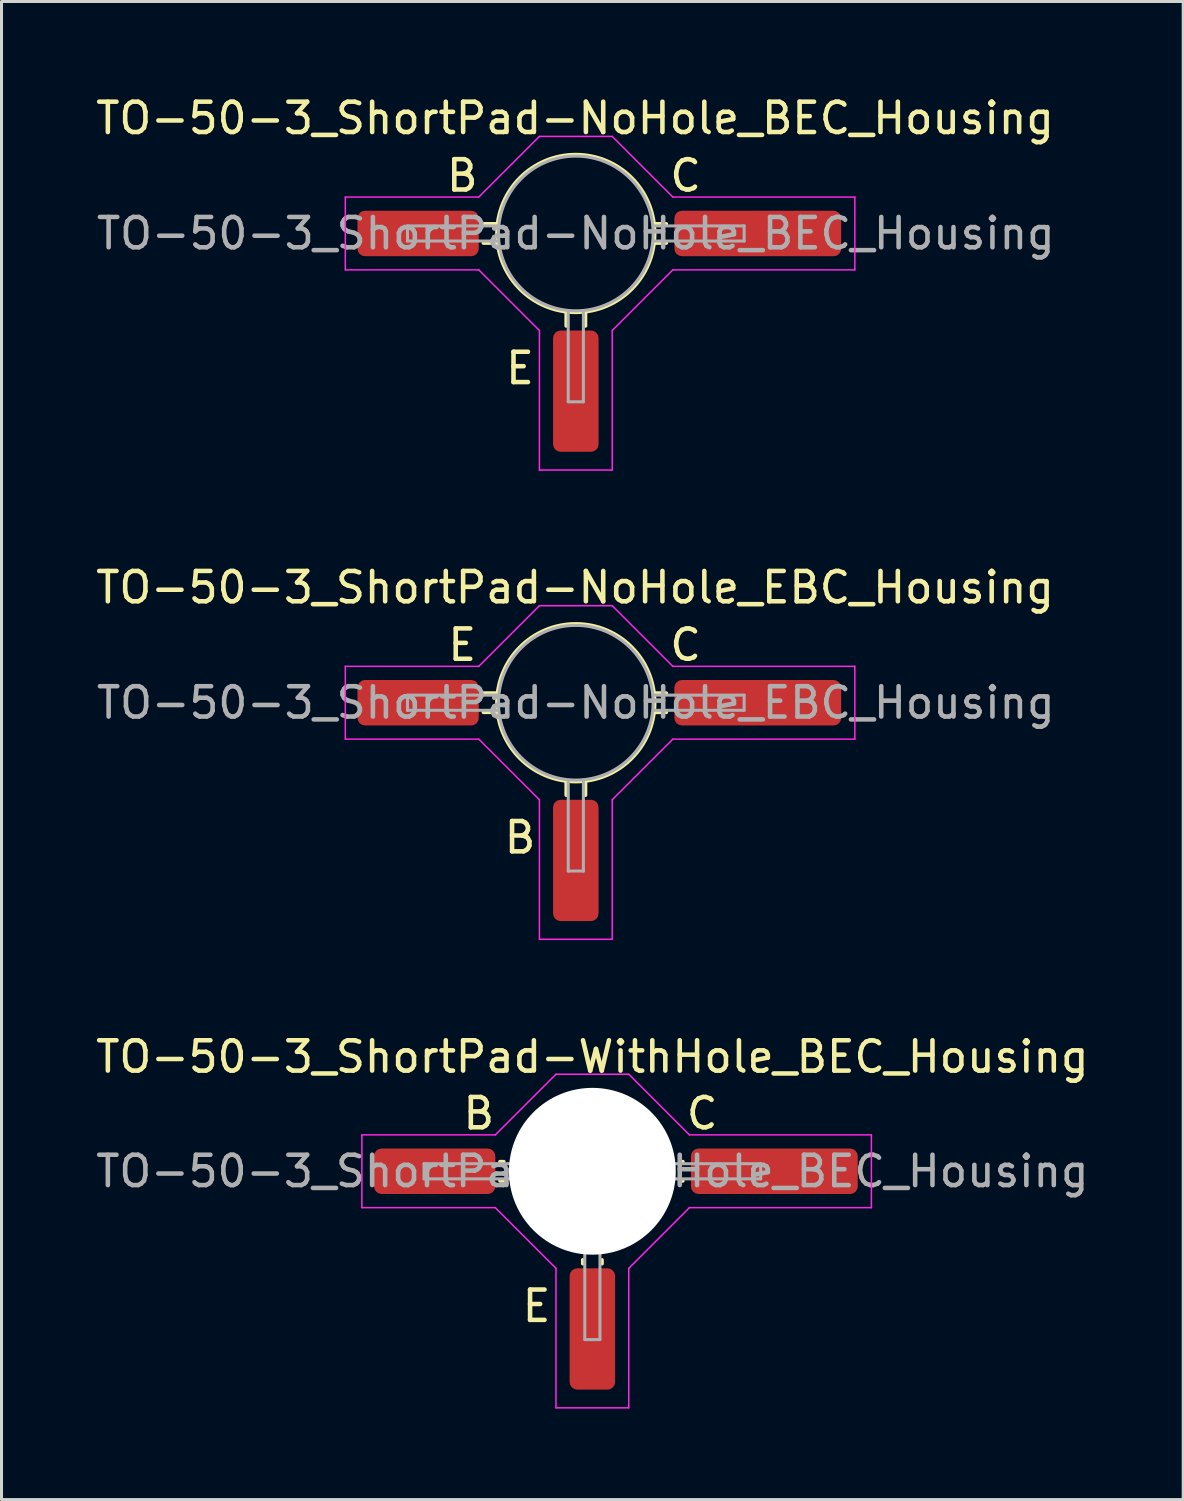
<source format=kicad_pcb>
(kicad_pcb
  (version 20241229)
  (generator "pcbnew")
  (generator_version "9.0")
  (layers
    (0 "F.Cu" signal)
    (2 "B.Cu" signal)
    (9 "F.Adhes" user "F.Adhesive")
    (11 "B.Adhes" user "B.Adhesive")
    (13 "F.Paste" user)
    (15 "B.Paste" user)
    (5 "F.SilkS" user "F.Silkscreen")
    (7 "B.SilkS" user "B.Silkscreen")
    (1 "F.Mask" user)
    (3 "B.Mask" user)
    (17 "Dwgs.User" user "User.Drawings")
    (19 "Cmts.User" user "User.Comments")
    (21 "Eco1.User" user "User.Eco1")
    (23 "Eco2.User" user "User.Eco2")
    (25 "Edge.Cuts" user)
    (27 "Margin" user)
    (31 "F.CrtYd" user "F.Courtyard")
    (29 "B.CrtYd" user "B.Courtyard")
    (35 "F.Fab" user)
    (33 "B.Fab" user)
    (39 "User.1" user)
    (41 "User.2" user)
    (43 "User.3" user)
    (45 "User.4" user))
  (footprint "TO-50-3_ShortPad-WithHole_BEC_Housing"
    (layer "F.Cu")
    (at 16.882 38.17)
    (property "Reference" "TO-50-3_ShortPad-WithHole_BEC_Housing" (at -0.4 -6.375 0) (layer "F.SilkS") (effects (font (size 1 1) (thickness 0.15))))
    (attr smd)
    (fp_line (start -3.321 -2.917) (end -3.446 -2.917) (stroke (width 0.12) (type solid)) (layer "F.SilkS"))
    (fp_line (start -3.321 -2.283) (end -3.446 -2.283) (stroke (width 0.12) (type solid)) (layer "F.SilkS"))
    (fp_line (start -0.718 0.321) (end -0.716 0.448) (stroke (width 0.12) (type solid)) (layer "F.SilkS"))
    (fp_line (start -0.083 0.321) (end -0.081 0.448) (stroke (width 0.12) (type solid)) (layer "F.SilkS"))
    (fp_line (start 2.521 -2.917) (end 2.584 -2.917) (stroke (width 0.12) (type solid)) (layer "F.SilkS"))
    (fp_line (start 2.521 -2.283) (end 2.584 -2.283) (stroke (width 0.12) (type solid)) (layer "F.SilkS"))
    (fp_line (start -8 -1.4) (end -8 -3.8) (stroke (width 0.05) (type solid)) (layer "F.CrtYd"))
    (fp_line (start -8 -1.4) (end -3.6 -1.4) (stroke (width 0.05) (type solid)) (layer "F.CrtYd"))
    (fp_line (start -3.6 -3.8) (end -8 -3.8) (stroke (width 0.05) (type solid)) (layer "F.CrtYd"))
    (fp_line (start -3.6 -3.8) (end -1.6 -5.8) (stroke (width 0.05) (type solid)) (layer "F.CrtYd"))
    (fp_line (start -1.6 -5.8) (end 0.8 -5.8) (stroke (width 0.05) (type solid)) (layer "F.CrtYd"))
    (fp_line (start -1.6 0.6) (end -3.6 -1.4) (stroke (width 0.05) (type solid)) (layer "F.CrtYd"))
    (fp_line (start -1.6 5.2) (end -1.6 0.6) (stroke (width 0.05) (type solid)) (layer "F.CrtYd"))
    (fp_line (start 0.8 -5.8) (end 2.8 -3.8) (stroke (width 0.05) (type solid)) (layer "F.CrtYd"))
    (fp_line (start 0.8 0.6) (end 0.8 5.2) (stroke (width 0.05) (type solid)) (layer "F.CrtYd"))
    (fp_line (start 0.8 5.2) (end -1.6 5.2) (stroke (width 0.05) (type solid)) (layer "F.CrtYd"))
    (fp_line (start 2.8 -3.8) (end 8.8 -3.8) (stroke (width 0.05) (type solid)) (layer "F.CrtYd"))
    (fp_line (start 2.8 -1.4) (end 0.8 0.6) (stroke (width 0.05) (type solid)) (layer "F.CrtYd"))
    (fp_line (start 8.8 -3.8) (end 8.8 -1.4) (stroke (width 0.05) (type solid)) (layer "F.CrtYd"))
    (fp_line (start 8.8 -1.4) (end 2.8 -1.4) (stroke (width 0.05) (type solid)) (layer "F.CrtYd"))
    (fp_line (start -5.95 -2.85) (end -5.95 -2.35) (stroke (width 0.1) (type solid)) (layer "F.Fab"))
    (fp_line (start -5.95 -2.35) (end -2.95 -2.35) (stroke (width 0.1) (type solid)) (layer "F.Fab"))
    (fp_line (start -2.95 -2.85) (end -5.95 -2.85) (stroke (width 0.1) (type solid)) (layer "F.Fab"))
    (fp_line (start -0.65 -0.05) (end -0.65 2.95) (stroke (width 0.1) (type solid)) (layer "F.Fab"))
    (fp_line (start -0.65 2.95) (end -0.15 2.95) (stroke (width 0.1) (type solid)) (layer "F.Fab"))
    (fp_line (start -0.15 2.95) (end -0.15 -0.05) (stroke (width 0.1) (type solid)) (layer "F.Fab"))
    (fp_line (start 2.15 -2.35) (end 5.15 -2.35) (stroke (width 0.1) (type solid)) (layer "F.Fab"))
    (fp_line (start 5.15 -2.85) (end 2.15 -2.85) (stroke (width 0.1) (type solid)) (layer "F.Fab"))
    (fp_line (start 5.15 -2.35) (end 5.15 -2.85) (stroke (width 0.1) (type solid)) (layer "F.Fab"))
    (fp_circle (center -0.4 -2.6) (end -0.35 -5.15) (stroke (width 0.1) (type solid)) (fill no) (layer "F.Fab"))
    (fp_text user "E" (at -2.24 1.845 0) (layer "F.SilkS") (effects (font (size 1 1) (thickness 0.15))))
    (fp_text user "C" (at 3.22 -4.505 0) (layer "F.SilkS") (effects (font (size 1 1) (thickness 0.15))))
    (fp_text user "B" (at -4.145 -4.505 0) (layer "F.SilkS") (effects (font (size 1 1) (thickness 0.15))))
    (fp_text user "${REFERENCE}" (at -0.4 -2.6 0) (layer "F.Fab") (effects (font (size 1 1) (thickness 0.15))))
    (pad "" np_thru_hole circle (at -0.4 -2.6 270) (size 5.5 5.5) (drill 5.5) (layers "*.Cu" "*.Mask"))
    (pad "1" smd roundrect (at -5.6 -2.6 270) (size 1.5 4) (layers "F.Cu" "F.Mask" "F.Paste") (roundrect_rratio 0.167))
    (pad "2" smd roundrect (at -0.4 2.6 270) (size 4 1.5) (layers "F.Cu" "F.Mask" "F.Paste") (roundrect_rratio 0.167))
    (pad "3" smd roundrect (at 5.6 -2.6 270) (size 1.5 5.5) (layers "F.Cu" "F.Mask" "F.Paste") (roundrect_rratio 0.167)))
  (footprint "TO-50-3_ShortPad-NoHole_EBC_Housing"
    (layer "F.Cu")
    (at 16.336 22.721)
    (property "Reference" "TO-50-3_ShortPad-NoHole_EBC_Housing" (at -0.425 -6.4 0) (layer "F.SilkS") (effects (font (size 1 1) (thickness 0.15))))
    (attr smd)
    (fp_line (start -3.002 -2.917) (end -3.446 -2.917) (stroke (width 0.12) (type solid)) (layer "F.SilkS"))
    (fp_line (start -3.002 -2.283) (end -3.446 -2.283) (stroke (width 0.12) (type solid)) (layer "F.SilkS"))
    (fp_line (start -0.716 0.004) (end -0.716 0.448) (stroke (width 0.12) (type solid)) (layer "F.SilkS"))
    (fp_line (start -0.081 0.004) (end -0.081 0.448) (stroke (width 0.12) (type solid)) (layer "F.SilkS"))
    (fp_line (start 2.204 -2.917) (end 2.584 -2.917) (stroke (width 0.12) (type solid)) (layer "F.SilkS"))
    (fp_line (start 2.204 -2.283) (end 2.584 -2.283) (stroke (width 0.12) (type solid)) (layer "F.SilkS"))
    (fp_circle (center -0.4 -2.6) (end -0.4 -5.2) (stroke (width 0.12) (type solid)) (fill no) (layer "F.SilkS"))
    (fp_line (start -8 -1.4) (end -8 -3.8) (stroke (width 0.05) (type solid)) (layer "F.CrtYd"))
    (fp_line (start -8 -1.4) (end -3.6 -1.4) (stroke (width 0.05) (type solid)) (layer "F.CrtYd"))
    (fp_line (start -3.6 -3.8) (end -8 -3.8) (stroke (width 0.05) (type solid)) (layer "F.CrtYd"))
    (fp_line (start -3.6 -3.8) (end -1.6 -5.8) (stroke (width 0.05) (type solid)) (layer "F.CrtYd"))
    (fp_line (start -1.6 -5.8) (end 0.8 -5.8) (stroke (width 0.05) (type solid)) (layer "F.CrtYd"))
    (fp_line (start -1.6 0.6) (end -3.6 -1.4) (stroke (width 0.05) (type solid)) (layer "F.CrtYd"))
    (fp_line (start -1.6 5.2) (end -1.6 0.6) (stroke (width 0.05) (type solid)) (layer "F.CrtYd"))
    (fp_line (start 0.8 -5.8) (end 2.8 -3.8) (stroke (width 0.05) (type solid)) (layer "F.CrtYd"))
    (fp_line (start 0.8 0.6) (end 0.8 5.2) (stroke (width 0.05) (type solid)) (layer "F.CrtYd"))
    (fp_line (start 0.8 5.2) (end -1.6 5.2) (stroke (width 0.05) (type solid)) (layer "F.CrtYd"))
    (fp_line (start 2.8 -3.8) (end 8.8 -3.8) (stroke (width 0.05) (type solid)) (layer "F.CrtYd"))
    (fp_line (start 2.8 -1.4) (end 0.8 0.6) (stroke (width 0.05) (type solid)) (layer "F.CrtYd"))
    (fp_line (start 8.8 -3.8) (end 8.8 -1.4) (stroke (width 0.05) (type solid)) (layer "F.CrtYd"))
    (fp_line (start 8.8 -1.4) (end 2.8 -1.4) (stroke (width 0.05) (type solid)) (layer "F.CrtYd"))
    (fp_line (start -5.95 -2.85) (end -5.95 -2.35) (stroke (width 0.1) (type solid)) (layer "F.Fab"))
    (fp_line (start -5.95 -2.35) (end -2.95 -2.35) (stroke (width 0.1) (type solid)) (layer "F.Fab"))
    (fp_line (start -2.95 -2.85) (end -5.95 -2.85) (stroke (width 0.1) (type solid)) (layer "F.Fab"))
    (fp_line (start -0.65 -0.05) (end -0.65 2.95) (stroke (width 0.1) (type solid)) (layer "F.Fab"))
    (fp_line (start -0.65 2.95) (end -0.15 2.95) (stroke (width 0.1) (type solid)) (layer "F.Fab"))
    (fp_line (start -0.15 2.95) (end -0.15 -0.05) (stroke (width 0.1) (type solid)) (layer "F.Fab"))
    (fp_line (start 2.15 -2.35) (end 5.15 -2.35) (stroke (width 0.1) (type solid)) (layer "F.Fab"))
    (fp_line (start 5.15 -2.85) (end 2.15 -2.85) (stroke (width 0.1) (type solid)) (layer "F.Fab"))
    (fp_line (start 5.15 -2.35) (end 5.15 -2.85) (stroke (width 0.1) (type solid)) (layer "F.Fab"))
    (fp_circle (center -0.4 -2.6) (end -0.35 -5.15) (stroke (width 0.1) (type solid)) (fill no) (layer "F.Fab"))
    (fp_text user "E" (at -4.145 -4.505 0) (layer "F.SilkS") (effects (font (size 1 1) (thickness 0.15))))
    (fp_text user "C" (at 3.22 -4.505 0) (layer "F.SilkS") (effects (font (size 1 1) (thickness 0.15))))
    (fp_text user "B" (at -2.24 1.845 0) (layer "F.SilkS") (effects (font (size 1 1) (thickness 0.15))))
    (fp_text user "${REFERENCE}" (at -0.4 -2.6 0) (layer "F.Fab") (effects (font (size 1 1) (thickness 0.15))))
    (pad "1" smd roundrect (at -5.6 -2.6 270) (size 1.5 4) (layers "F.Cu" "F.Mask" "F.Paste") (roundrect_rratio 0.167))
    (pad "2" smd roundrect (at -0.4 2.6 270) (size 4 1.5) (layers "F.Cu" "F.Mask" "F.Paste") (roundrect_rratio 0.167))
    (pad "3" smd roundrect (at 5.6 -2.6 270) (size 1.5 5.5) (layers "F.Cu" "F.Mask" "F.Paste") (roundrect_rratio 0.167)))
  (footprint "TO-50-3_ShortPad-NoHole_BEC_Housing"
    (layer "F.Cu")
    (at 16.336 7.248)
    (property "Reference" "TO-50-3_ShortPad-NoHole_BEC_Housing" (at -0.425 -6.4 0) (layer "F.SilkS") (effects (font (size 1 1) (thickness 0.15))))
    (attr smd)
    (fp_line (start -3.002 -2.917) (end -3.446 -2.917) (stroke (width 0.12) (type solid)) (layer "F.SilkS"))
    (fp_line (start -3.002 -2.283) (end -3.446 -2.283) (stroke (width 0.12) (type solid)) (layer "F.SilkS"))
    (fp_line (start -0.716 0.004) (end -0.716 0.448) (stroke (width 0.12) (type solid)) (layer "F.SilkS"))
    (fp_line (start -0.081 0.004) (end -0.081 0.448) (stroke (width 0.12) (type solid)) (layer "F.SilkS"))
    (fp_line (start 2.204 -2.917) (end 2.584 -2.917) (stroke (width 0.12) (type solid)) (layer "F.SilkS"))
    (fp_line (start 2.204 -2.283) (end 2.584 -2.283) (stroke (width 0.12) (type solid)) (layer "F.SilkS"))
    (fp_circle (center -0.4 -2.6) (end -0.4 -5.2) (stroke (width 0.12) (type solid)) (fill no) (layer "F.SilkS"))
    (fp_line (start -8 -1.4) (end -8 -3.8) (stroke (width 0.05) (type solid)) (layer "F.CrtYd"))
    (fp_line (start -8 -1.4) (end -3.6 -1.4) (stroke (width 0.05) (type solid)) (layer "F.CrtYd"))
    (fp_line (start -3.6 -3.8) (end -8 -3.8) (stroke (width 0.05) (type solid)) (layer "F.CrtYd"))
    (fp_line (start -3.6 -3.8) (end -1.6 -5.8) (stroke (width 0.05) (type solid)) (layer "F.CrtYd"))
    (fp_line (start -1.6 -5.8) (end 0.8 -5.8) (stroke (width 0.05) (type solid)) (layer "F.CrtYd"))
    (fp_line (start -1.6 0.6) (end -3.6 -1.4) (stroke (width 0.05) (type solid)) (layer "F.CrtYd"))
    (fp_line (start -1.6 5.2) (end -1.6 0.6) (stroke (width 0.05) (type solid)) (layer "F.CrtYd"))
    (fp_line (start 0.8 -5.8) (end 2.8 -3.8) (stroke (width 0.05) (type solid)) (layer "F.CrtYd"))
    (fp_line (start 0.8 0.6) (end 0.8 5.2) (stroke (width 0.05) (type solid)) (layer "F.CrtYd"))
    (fp_line (start 0.8 5.2) (end -1.6 5.2) (stroke (width 0.05) (type solid)) (layer "F.CrtYd"))
    (fp_line (start 2.8 -3.8) (end 8.8 -3.8) (stroke (width 0.05) (type solid)) (layer "F.CrtYd"))
    (fp_line (start 2.8 -1.4) (end 0.8 0.6) (stroke (width 0.05) (type solid)) (layer "F.CrtYd"))
    (fp_line (start 8.8 -3.8) (end 8.8 -1.4) (stroke (width 0.05) (type solid)) (layer "F.CrtYd"))
    (fp_line (start 8.8 -1.4) (end 2.8 -1.4) (stroke (width 0.05) (type solid)) (layer "F.CrtYd"))
    (fp_line (start -5.95 -2.85) (end -5.95 -2.35) (stroke (width 0.1) (type solid)) (layer "F.Fab"))
    (fp_line (start -5.95 -2.35) (end -2.95 -2.35) (stroke (width 0.1) (type solid)) (layer "F.Fab"))
    (fp_line (start -2.95 -2.85) (end -5.95 -2.85) (stroke (width 0.1) (type solid)) (layer "F.Fab"))
    (fp_line (start -0.65 -0.05) (end -0.65 2.95) (stroke (width 0.1) (type solid)) (layer "F.Fab"))
    (fp_line (start -0.65 2.95) (end -0.15 2.95) (stroke (width 0.1) (type solid)) (layer "F.Fab"))
    (fp_line (start -0.15 2.95) (end -0.15 -0.05) (stroke (width 0.1) (type solid)) (layer "F.Fab"))
    (fp_line (start 2.15 -2.35) (end 5.15 -2.35) (stroke (width 0.1) (type solid)) (layer "F.Fab"))
    (fp_line (start 5.15 -2.85) (end 2.15 -2.85) (stroke (width 0.1) (type solid)) (layer "F.Fab"))
    (fp_line (start 5.15 -2.35) (end 5.15 -2.85) (stroke (width 0.1) (type solid)) (layer "F.Fab"))
    (fp_circle (center -0.4 -2.6) (end -0.35 -5.15) (stroke (width 0.1) (type solid)) (fill no) (layer "F.Fab"))
    (fp_text user "E" (at -2.24 1.845 0) (layer "F.SilkS") (effects (font (size 1 1) (thickness 0.15))))
    (fp_text user "C" (at 3.22 -4.505 0) (layer "F.SilkS") (effects (font (size 1 1) (thickness 0.15))))
    (fp_text user "B" (at -4.145 -4.505 0) (layer "F.SilkS") (effects (font (size 1 1) (thickness 0.15))))
    (fp_text user "${REFERENCE}" (at -0.4 -2.6 0) (layer "F.Fab") (effects (font (size 1 1) (thickness 0.15))))
    (pad "1" smd roundrect (at -5.6 -2.6 270) (size 1.5 4) (layers "F.Cu" "F.Mask" "F.Paste") (roundrect_rratio 0.167))
    (pad "2" smd roundrect (at -0.4 2.6 270) (size 4 1.5) (layers "F.Cu" "F.Mask" "F.Paste") (roundrect_rratio 0.167))
    (pad "3" smd roundrect (at 5.6 -2.6 270) (size 1.5 5.5) (layers "F.Cu" "F.Mask" "F.Paste") (roundrect_rratio 0.167)))
  (gr_rect
    (start -3 -3)
    (end 35.964 46.395)
    (stroke (width 0.1) (type default))
    (fill no)
    (layer "Edge.Cuts")))
</source>
